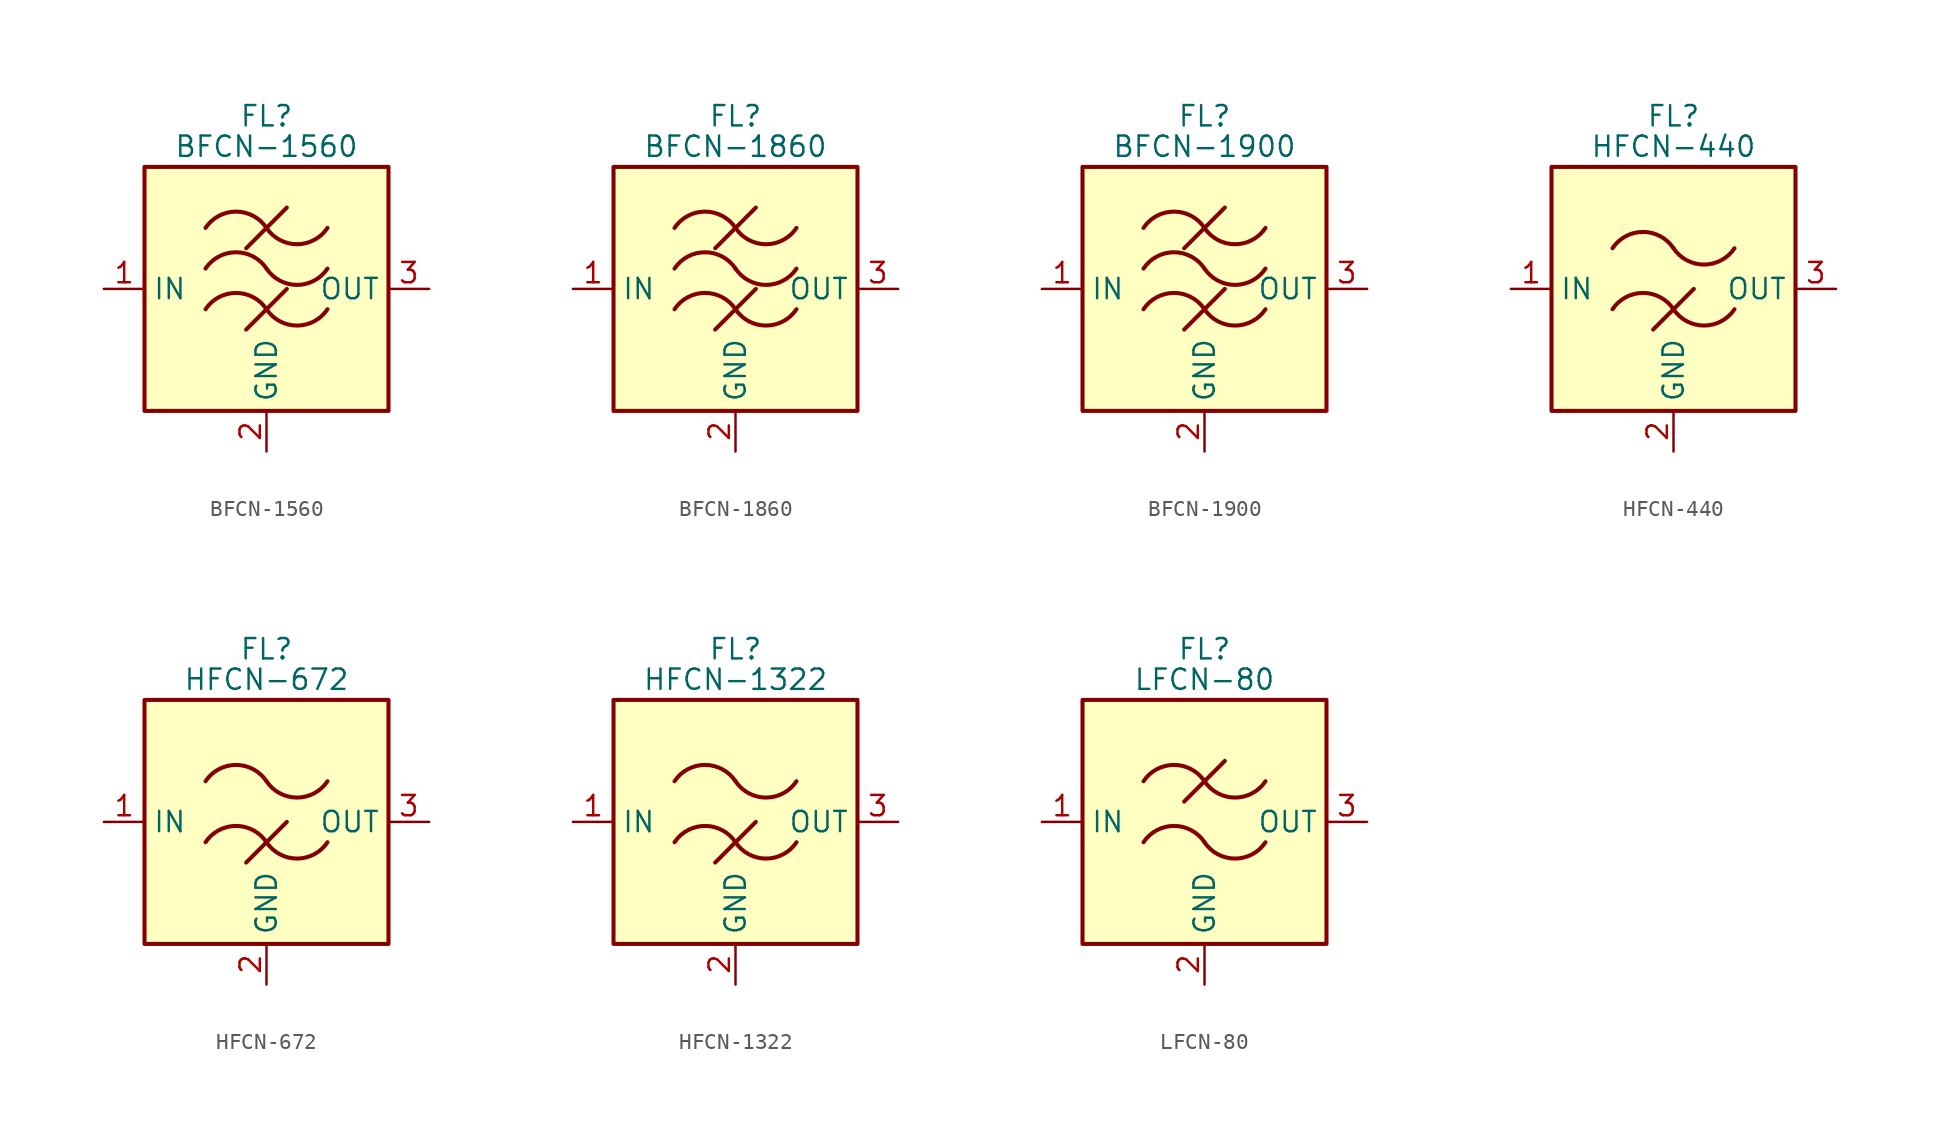
<source format=kicad_sym>
(kicad_symbol_lib
  (version 20211014)
  (generator kicad_symbol_editor)
  (symbol "BFCN-1560"
    (property "Reference" "FL"
      (at 0 10.795 0)
      (effects (font (size 1.27 1.27))))
    (property "Value" "BFCN-1560"
      (at 0 8.89 0)
      (effects (font (size 1.27 1.27))))
    (symbol "BFCN-1560_0_1"
      (rectangle (start -7.62 7.62) (end 7.62 -7.62) (stroke (width 0.254) (type default) (color 0 0 0 0)) (fill (type background)))
      (arc (start 0 -1.27) (mid -1.905 -0.2505) (end -3.81 -1.27) (stroke (width 0.254) (type default) (color 0 0 0 0)) (fill (type none)))
      (arc (start 0 -1.27) (mid 1.905 -2.2895) (end 3.81 -1.27) (stroke (width 0.254) (type default) (color 0 0 0 0)) (fill (type none)))
      (polyline (pts (xy -1.27 -2.54) (xy 1.27 0)) (stroke (width 0.254) (type default) (color 0 0 0 0)) (fill (type none)))
      (polyline (pts (xy -1.27 2.54) (xy 1.27 5.08)) (stroke (width 0.254) (type default) (color 0 0 0 0)) (fill (type none)))
      (arc (start 0 1.27) (mid -1.905 2.2895) (end -3.81 1.27) (stroke (width 0.254) (type default) (color 0 0 0 0)) (fill (type none)))
      (arc (start 0 1.27) (mid 1.905 0.2505) (end 3.81 1.27) (stroke (width 0.254) (type default) (color 0 0 0 0)) (fill (type none)))
      (arc (start 0 3.81) (mid -1.905 4.8295) (end -3.81 3.81) (stroke (width 0.254) (type default) (color 0 0 0 0)) (fill (type none)))
      (arc (start 0 3.81) (mid 1.905 2.7905) (end 3.81 3.81) (stroke (width 0.254) (type default) (color 0 0 0 0)) (fill (type none))))
    (symbol "BFCN-1560_1_1"
      (pin passive line (at -10.16 0 0) (length 2.54) (name "IN" (effects (font (size 1.27 1.27)))) (number "1" (effects (font (size 1.27 1.27)))))
      (pin passive line (at 0 -10.16 90) (length 2.54) (name "GND" (effects (font (size 1.27 1.27)))) (number "2" (effects (font (size 1.27 1.27)))))
      (pin passive line (at 10.16 0 180) (length 2.54) (name "OUT" (effects (font (size 1.27 1.27)))) (number "3" (effects (font (size 1.27 1.27)))))
      (pin passive line (at 0 -10.16 90) (length 2.54) hide (name "GND" (effects (font (size 1.27 1.27)))) (number "4" (effects (font (size 1.27 1.27)))))
      (pin passive line (at 0 -10.16 90) (length 2.54) hide (name "GND" (effects (font (size 1.27 1.27)))) (number "5" (effects (font (size 1.27 1.27)))))
      (pin passive line (at 0 -10.16 90) (length 2.54) hide (name "GND" (effects (font (size 1.27 1.27)))) (number "6" (effects (font (size 1.27 1.27)))))))
  (symbol "BFCN-1860"
    (property "Reference" "FL"
      (at 0 10.795 0)
      (effects (font (size 1.27 1.27))))
    (property "Value" "BFCN-1860"
      (at 0 8.89 0)
      (effects (font (size 1.27 1.27))))
    (symbol "BFCN-1860_0_1"
      (rectangle (start -7.62 7.62) (end 7.62 -7.62) (stroke (width 0.254) (type default) (color 0 0 0 0)) (fill (type background)))
      (arc (start 0 -1.27) (mid -1.905 -0.2505) (end -3.81 -1.27) (stroke (width 0.254) (type default) (color 0 0 0 0)) (fill (type none)))
      (arc (start 0 -1.27) (mid 1.905 -2.2895) (end 3.81 -1.27) (stroke (width 0.254) (type default) (color 0 0 0 0)) (fill (type none)))
      (polyline (pts (xy -1.27 -2.54) (xy 1.27 0)) (stroke (width 0.254) (type default) (color 0 0 0 0)) (fill (type none)))
      (polyline (pts (xy -1.27 2.54) (xy 1.27 5.08)) (stroke (width 0.254) (type default) (color 0 0 0 0)) (fill (type none)))
      (arc (start 0 1.27) (mid -1.905 2.2895) (end -3.81 1.27) (stroke (width 0.254) (type default) (color 0 0 0 0)) (fill (type none)))
      (arc (start 0 1.27) (mid 1.905 0.2505) (end 3.81 1.27) (stroke (width 0.254) (type default) (color 0 0 0 0)) (fill (type none)))
      (arc (start 0 3.81) (mid -1.905 4.8295) (end -3.81 3.81) (stroke (width 0.254) (type default) (color 0 0 0 0)) (fill (type none)))
      (arc (start 0 3.81) (mid 1.905 2.7905) (end 3.81 3.81) (stroke (width 0.254) (type default) (color 0 0 0 0)) (fill (type none))))
    (symbol "BFCN-1860_1_1"
      (pin passive line (at -10.16 0 0) (length 2.54) (name "IN" (effects (font (size 1.27 1.27)))) (number "1" (effects (font (size 1.27 1.27)))))
      (pin passive line (at 0 -10.16 90) (length 2.54) (name "GND" (effects (font (size 1.27 1.27)))) (number "2" (effects (font (size 1.27 1.27)))))
      (pin passive line (at 10.16 0 180) (length 2.54) (name "OUT" (effects (font (size 1.27 1.27)))) (number "3" (effects (font (size 1.27 1.27)))))
      (pin passive line (at 0 -10.16 90) (length 2.54) hide (name "GND" (effects (font (size 1.27 1.27)))) (number "4" (effects (font (size 1.27 1.27)))))))
  (symbol "BFCN-1900"
    (property "Reference" "FL"
      (at 0 10.795 0)
      (effects (font (size 1.27 1.27))))
    (property "Value" "BFCN-1900"
      (at 0 8.89 0)
      (effects (font (size 1.27 1.27))))
    (symbol "BFCN-1900_0_1"
      (rectangle (start -7.62 7.62) (end 7.62 -7.62) (stroke (width 0.254) (type default) (color 0 0 0 0)) (fill (type background)))
      (arc (start 0 -1.27) (mid -1.905 -0.2505) (end -3.81 -1.27) (stroke (width 0.254) (type default) (color 0 0 0 0)) (fill (type none)))
      (arc (start 0 -1.27) (mid 1.905 -2.2895) (end 3.81 -1.27) (stroke (width 0.254) (type default) (color 0 0 0 0)) (fill (type none)))
      (polyline (pts (xy -1.27 -2.54) (xy 1.27 0)) (stroke (width 0.254) (type default) (color 0 0 0 0)) (fill (type none)))
      (polyline (pts (xy -1.27 2.54) (xy 1.27 5.08)) (stroke (width 0.254) (type default) (color 0 0 0 0)) (fill (type none)))
      (arc (start 0 1.27) (mid -1.905 2.2895) (end -3.81 1.27) (stroke (width 0.254) (type default) (color 0 0 0 0)) (fill (type none)))
      (arc (start 0 1.27) (mid 1.905 0.2505) (end 3.81 1.27) (stroke (width 0.254) (type default) (color 0 0 0 0)) (fill (type none)))
      (arc (start 0 3.81) (mid -1.905 4.8295) (end -3.81 3.81) (stroke (width 0.254) (type default) (color 0 0 0 0)) (fill (type none)))
      (arc (start 0 3.81) (mid 1.905 2.7905) (end 3.81 3.81) (stroke (width 0.254) (type default) (color 0 0 0 0)) (fill (type none))))
    (symbol "BFCN-1900_1_1"
      (pin passive line (at -10.16 0 0) (length 2.54) (name "IN" (effects (font (size 1.27 1.27)))) (number "1" (effects (font (size 1.27 1.27)))))
      (pin passive line (at 0 -10.16 90) (length 2.54) (name "GND" (effects (font (size 1.27 1.27)))) (number "2" (effects (font (size 1.27 1.27)))))
      (pin passive line (at 10.16 0 180) (length 2.54) (name "OUT" (effects (font (size 1.27 1.27)))) (number "3" (effects (font (size 1.27 1.27)))))
      (pin passive line (at 0 -10.16 90) (length 2.54) hide (name "GND" (effects (font (size 1.27 1.27)))) (number "4" (effects (font (size 1.27 1.27)))))))
  (symbol "HFCN-440"
    (property "Reference" "FL"
      (at 0 10.795 0)
      (effects (font (size 1.27 1.27))))
    (property "Value" "HFCN-440"
      (at 0 8.89 0)
      (effects (font (size 1.27 1.27))))
    (symbol "HFCN-440_0_1"
      (rectangle (start -7.62 7.62) (end 7.62 -7.62) (stroke (width 0.254) (type default) (color 0 0 0 0)) (fill (type background)))
      (arc (start 0 -1.27) (mid -1.905 -0.2505) (end -3.81 -1.27) (stroke (width 0.254) (type default) (color 0 0 0 0)) (fill (type none)))
      (arc (start 0 -1.27) (mid 1.905 -2.2895) (end 3.81 -1.27) (stroke (width 0.254) (type default) (color 0 0 0 0)) (fill (type none)))
      (polyline (pts (xy -1.27 -2.54) (xy 1.27 0)) (stroke (width 0.254) (type default) (color 0 0 0 0)) (fill (type none)))
      (arc (start 0 2.54) (mid -1.905 3.5595) (end -3.81 2.54) (stroke (width 0.254) (type default) (color 0 0 0 0)) (fill (type none)))
      (arc (start 0 2.54) (mid 1.905 1.5205) (end 3.81 2.54) (stroke (width 0.254) (type default) (color 0 0 0 0)) (fill (type none))))
    (symbol "HFCN-440_1_1"
      (pin passive line (at -10.16 0 0) (length 2.54) (name "IN" (effects (font (size 1.27 1.27)))) (number "1" (effects (font (size 1.27 1.27)))))
      (pin passive line (at 0 -10.16 90) (length 2.54) (name "GND" (effects (font (size 1.27 1.27)))) (number "2" (effects (font (size 1.27 1.27)))))
      (pin passive line (at 10.16 0 180) (length 2.54) (name "OUT" (effects (font (size 1.27 1.27)))) (number "3" (effects (font (size 1.27 1.27)))))
      (pin passive line (at 0 -10.16 90) (length 2.54) hide (name "GND" (effects (font (size 1.27 1.27)))) (number "4" (effects (font (size 1.27 1.27)))))))
  (symbol "HFCN-672"
    (property "Reference" "FL"
      (at 0 10.795 0)
      (effects (font (size 1.27 1.27))))
    (property "Value" "HFCN-672"
      (at 0 8.89 0)
      (effects (font (size 1.27 1.27))))
    (symbol "HFCN-672_0_1"
      (rectangle (start -7.62 7.62) (end 7.62 -7.62) (stroke (width 0.254) (type default) (color 0 0 0 0)) (fill (type background)))
      (arc (start 0 -1.27) (mid -1.905 -0.2505) (end -3.81 -1.27) (stroke (width 0.254) (type default) (color 0 0 0 0)) (fill (type none)))
      (arc (start 0 -1.27) (mid 1.905 -2.2895) (end 3.81 -1.27) (stroke (width 0.254) (type default) (color 0 0 0 0)) (fill (type none)))
      (polyline (pts (xy -1.27 -2.54) (xy 1.27 0)) (stroke (width 0.254) (type default) (color 0 0 0 0)) (fill (type none)))
      (arc (start 0 2.54) (mid -1.905 3.5595) (end -3.81 2.54) (stroke (width 0.254) (type default) (color 0 0 0 0)) (fill (type none)))
      (arc (start 0 2.54) (mid 1.905 1.5205) (end 3.81 2.54) (stroke (width 0.254) (type default) (color 0 0 0 0)) (fill (type none))))
    (symbol "HFCN-672_1_1"
      (pin passive line (at -10.16 0 0) (length 2.54) (name "IN" (effects (font (size 1.27 1.27)))) (number "1" (effects (font (size 1.27 1.27)))))
      (pin passive line (at 0 -10.16 90) (length 2.54) (name "GND" (effects (font (size 1.27 1.27)))) (number "2" (effects (font (size 1.27 1.27)))))
      (pin passive line (at 10.16 0 180) (length 2.54) (name "OUT" (effects (font (size 1.27 1.27)))) (number "3" (effects (font (size 1.27 1.27)))))
      (pin passive line (at 0 -10.16 90) (length 2.54) hide (name "GND" (effects (font (size 1.27 1.27)))) (number "4" (effects (font (size 1.27 1.27)))))
      (pin passive line (at 0 -10.16 90) (length 2.54) hide (name "GND" (effects (font (size 1.27 1.27)))) (number "5" (effects (font (size 1.27 1.27)))))
      (pin passive line (at 0 -10.16 90) (length 2.54) hide (name "GND" (effects (font (size 1.27 1.27)))) (number "6" (effects (font (size 1.27 1.27)))))))
  (symbol "HFCN-1322"
    (property "Reference" "FL"
      (at 0 10.795 0)
      (effects (font (size 1.27 1.27))))
    (property "Value" "HFCN-1322"
      (at 0 8.89 0)
      (effects (font (size 1.27 1.27))))
    (symbol "HFCN-1322_0_1"
      (rectangle (start -7.62 7.62) (end 7.62 -7.62) (stroke (width 0.254) (type default) (color 0 0 0 0)) (fill (type background)))
      (arc (start 0 -1.27) (mid -1.905 -0.2505) (end -3.81 -1.27) (stroke (width 0.254) (type default) (color 0 0 0 0)) (fill (type none)))
      (arc (start 0 -1.27) (mid 1.905 -2.2895) (end 3.81 -1.27) (stroke (width 0.254) (type default) (color 0 0 0 0)) (fill (type none)))
      (polyline (pts (xy -1.27 -2.54) (xy 1.27 0)) (stroke (width 0.254) (type default) (color 0 0 0 0)) (fill (type none)))
      (arc (start 0 2.54) (mid -1.905 3.5595) (end -3.81 2.54) (stroke (width 0.254) (type default) (color 0 0 0 0)) (fill (type none)))
      (arc (start 0 2.54) (mid 1.905 1.5205) (end 3.81 2.54) (stroke (width 0.254) (type default) (color 0 0 0 0)) (fill (type none))))
    (symbol "HFCN-1322_1_1"
      (pin passive line (at -10.16 0 0) (length 2.54) (name "IN" (effects (font (size 1.27 1.27)))) (number "1" (effects (font (size 1.27 1.27)))))
      (pin passive line (at 0 -10.16 90) (length 2.54) (name "GND" (effects (font (size 1.27 1.27)))) (number "2" (effects (font (size 1.27 1.27)))))
      (pin passive line (at 10.16 0 180) (length 2.54) (name "OUT" (effects (font (size 1.27 1.27)))) (number "3" (effects (font (size 1.27 1.27)))))
      (pin passive line (at 0 -10.16 90) (length 2.54) hide (name "GND" (effects (font (size 1.27 1.27)))) (number "4" (effects (font (size 1.27 1.27)))))))
  (symbol "LFCN-80"
    (property "Reference" "FL"
      (at 0 10.795 0)
      (effects (font (size 1.27 1.27))))
    (property "Value" "LFCN-80"
      (at 0 8.89 0)
      (effects (font (size 1.27 1.27))))
    (symbol "LFCN-80_0_1"
      (rectangle (start -7.62 7.62) (end 7.62 -7.62) (stroke (width 0.254) (type default) (color 0 0 0 0)) (fill (type background)))
      (arc (start 0 -1.27) (mid -1.905 -0.2505) (end -3.81 -1.27) (stroke (width 0.254) (type default) (color 0 0 0 0)) (fill (type none)))
      (arc (start 0 -1.27) (mid 1.905 -2.2895) (end 3.81 -1.27) (stroke (width 0.254) (type default) (color 0 0 0 0)) (fill (type none)))
      (polyline (pts (xy -1.27 1.27) (xy 1.27 3.81)) (stroke (width 0.254) (type default) (color 0 0 0 0)) (fill (type none)))
      (arc (start 0 2.54) (mid -1.905 3.5595) (end -3.81 2.54) (stroke (width 0.254) (type default) (color 0 0 0 0)) (fill (type none)))
      (arc (start 0 2.54) (mid 1.905 1.5205) (end 3.81 2.54) (stroke (width 0.254) (type default) (color 0 0 0 0)) (fill (type none))))
    (symbol "LFCN-80_1_1"
      (pin passive line (at -10.16 0 0) (length 2.54) (name "IN" (effects (font (size 1.27 1.27)))) (number "1" (effects (font (size 1.27 1.27)))))
      (pin passive line (at 0 -10.16 90) (length 2.54) (name "GND" (effects (font (size 1.27 1.27)))) (number "2" (effects (font (size 1.27 1.27)))))
      (pin passive line (at 10.16 0 180) (length 2.54) (name "OUT" (effects (font (size 1.27 1.27)))) (number "3" (effects (font (size 1.27 1.27)))))
      (pin passive line (at 0 -10.16 90) (length 2.54) hide (name "GND" (effects (font (size 1.27 1.27)))) (number "4" (effects (font (size 1.27 1.27))))))))
</source>
